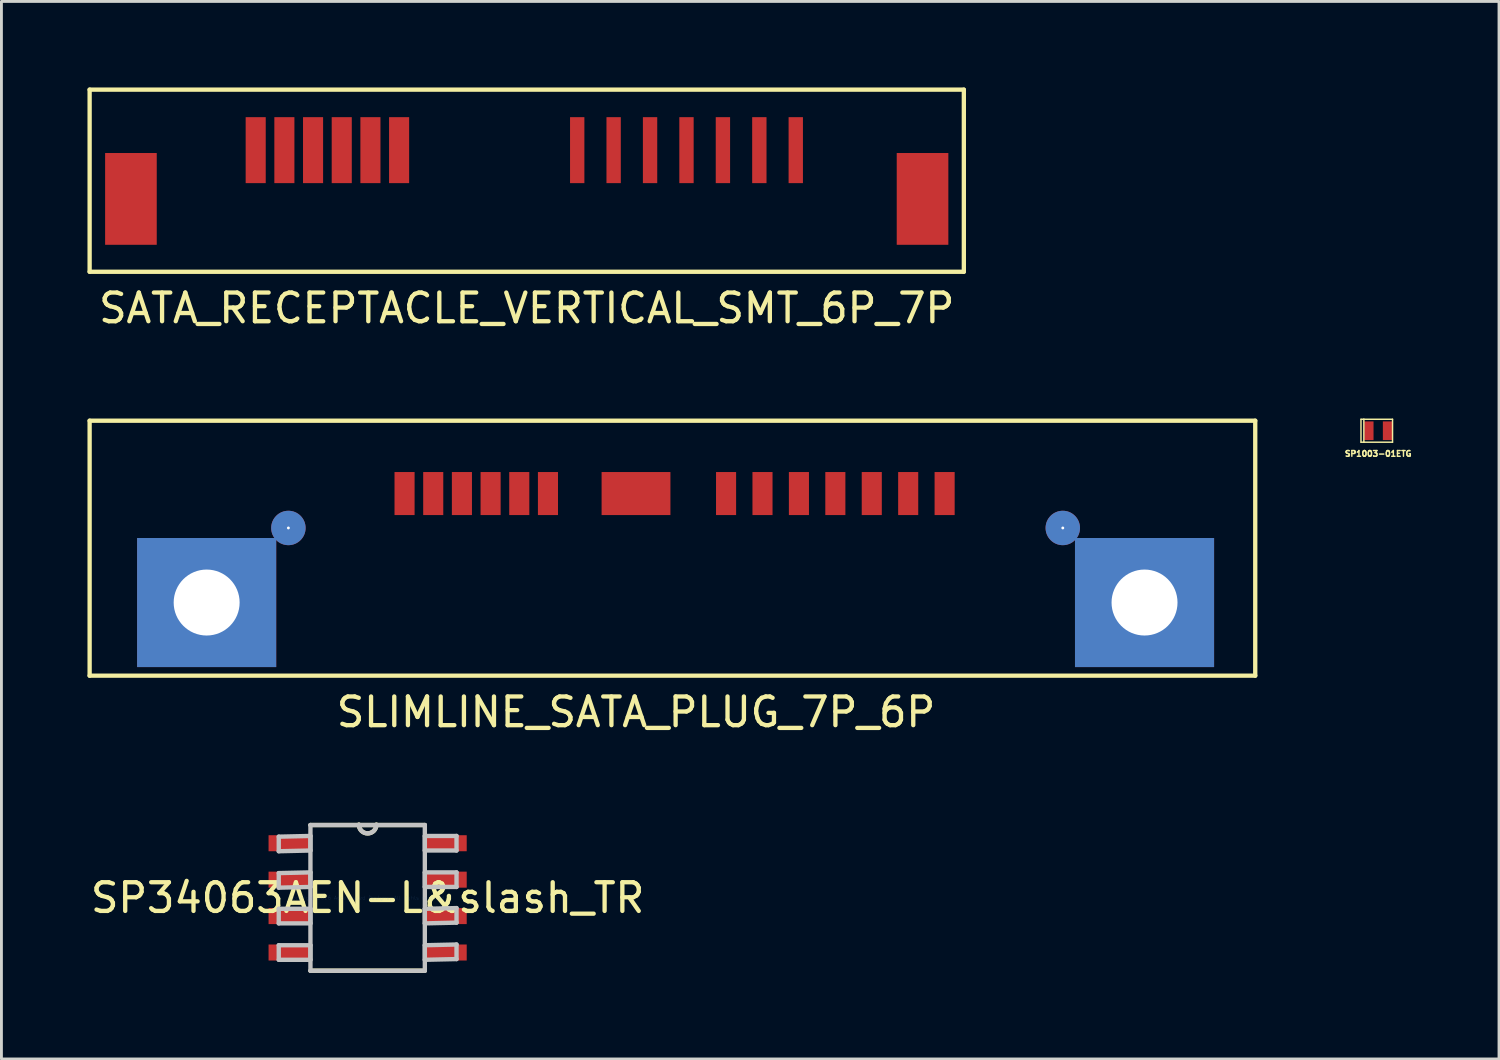
<source format=kicad_pcb>
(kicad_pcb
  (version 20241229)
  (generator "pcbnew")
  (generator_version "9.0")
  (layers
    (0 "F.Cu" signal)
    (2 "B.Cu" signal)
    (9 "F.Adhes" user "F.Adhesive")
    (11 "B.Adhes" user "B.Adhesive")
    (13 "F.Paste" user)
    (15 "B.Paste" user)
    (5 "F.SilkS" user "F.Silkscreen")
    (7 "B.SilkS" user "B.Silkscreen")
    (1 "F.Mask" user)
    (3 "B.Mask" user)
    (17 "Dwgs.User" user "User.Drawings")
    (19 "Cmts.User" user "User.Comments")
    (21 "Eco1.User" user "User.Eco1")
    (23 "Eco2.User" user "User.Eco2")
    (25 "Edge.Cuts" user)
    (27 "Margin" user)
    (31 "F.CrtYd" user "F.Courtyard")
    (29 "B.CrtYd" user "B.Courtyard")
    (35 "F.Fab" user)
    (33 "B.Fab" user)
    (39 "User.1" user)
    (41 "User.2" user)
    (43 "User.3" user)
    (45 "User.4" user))
  (footprint "SP34063AEN-L&slash_TR"
    (layer "F.Cu")
    (at 9.768 28.255)
    (property "Reference" "SP34063AEN-L&slash_TR" (at 0 0 0) (layer "F.SilkS") (effects (font (size 1 1) (thickness 0.15))))
    (attr through_hole)
    (fp_line (start -1.994 2.54) (end 1.994 2.54) (stroke (width 0.152) (type solid)) (layer "F.SilkS"))
    (fp_line (start 1.994 -2.54) (end -1.994 -2.54) (stroke (width 0.152) (type solid)) (layer "F.SilkS"))
    (fp_arc (start 0.3048 -2.5527) (mid 0 -2.2479) (end -0.3048 -2.5527) (stroke (width 0.1524) (type solid)) (layer "F.SilkS"))
    (fp_line (start -3.099 -2.134) (end -3.099 -1.626) (stroke (width 0.152) (type solid)) (layer "Dwgs.User"))
    (fp_line (start -3.099 -1.626) (end -1.994 -1.651) (stroke (width 0.152) (type solid)) (layer "Dwgs.User"))
    (fp_line (start -3.099 -0.864) (end -3.099 -0.356) (stroke (width 0.152) (type solid)) (layer "Dwgs.User"))
    (fp_line (start -3.099 -0.356) (end -1.994 -0.381) (stroke (width 0.152) (type solid)) (layer "Dwgs.User"))
    (fp_line (start -3.099 0.381) (end -3.099 0.889) (stroke (width 0.152) (type solid)) (layer "Dwgs.User"))
    (fp_line (start -3.099 0.889) (end -1.994 0.889) (stroke (width 0.152) (type solid)) (layer "Dwgs.User"))
    (fp_line (start -3.099 1.651) (end -3.099 2.159) (stroke (width 0.152) (type solid)) (layer "Dwgs.User"))
    (fp_line (start -3.099 2.159) (end -1.994 2.159) (stroke (width 0.152) (type solid)) (layer "Dwgs.User"))
    (fp_line (start -1.994 -2.54) (end -1.994 2.54) (stroke (width 0.152) (type solid)) (layer "Dwgs.User"))
    (fp_line (start -1.994 -2.159) (end -3.099 -2.134) (stroke (width 0.152) (type solid)) (layer "Dwgs.User"))
    (fp_line (start -1.994 -1.651) (end -1.994 -2.159) (stroke (width 0.152) (type solid)) (layer "Dwgs.User"))
    (fp_line (start -1.994 -0.889) (end -3.099 -0.864) (stroke (width 0.152) (type solid)) (layer "Dwgs.User"))
    (fp_line (start -1.994 -0.381) (end -1.994 -0.889) (stroke (width 0.152) (type solid)) (layer "Dwgs.User"))
    (fp_line (start -1.994 0.381) (end -3.099 0.381) (stroke (width 0.152) (type solid)) (layer "Dwgs.User"))
    (fp_line (start -1.994 0.889) (end -1.994 0.381) (stroke (width 0.152) (type solid)) (layer "Dwgs.User"))
    (fp_line (start -1.994 1.651) (end -3.099 1.651) (stroke (width 0.152) (type solid)) (layer "Dwgs.User"))
    (fp_line (start -1.994 2.159) (end -1.994 1.651) (stroke (width 0.152) (type solid)) (layer "Dwgs.User"))
    (fp_line (start -1.994 2.54) (end 1.994 2.54) (stroke (width 0.152) (type solid)) (layer "Dwgs.User"))
    (fp_line (start 1.994 -2.54) (end -1.994 -2.54) (stroke (width 0.152) (type solid)) (layer "Dwgs.User"))
    (fp_line (start 1.994 -2.159) (end 1.994 -1.651) (stroke (width 0.152) (type solid)) (layer "Dwgs.User"))
    (fp_line (start 1.994 -1.651) (end 3.099 -1.651) (stroke (width 0.152) (type solid)) (layer "Dwgs.User"))
    (fp_line (start 1.994 -0.889) (end 1.994 -0.381) (stroke (width 0.152) (type solid)) (layer "Dwgs.User"))
    (fp_line (start 1.994 -0.381) (end 3.099 -0.381) (stroke (width 0.152) (type solid)) (layer "Dwgs.User"))
    (fp_line (start 1.994 0.381) (end 1.994 0.889) (stroke (width 0.152) (type solid)) (layer "Dwgs.User"))
    (fp_line (start 1.994 0.889) (end 3.099 0.864) (stroke (width 0.152) (type solid)) (layer "Dwgs.User"))
    (fp_line (start 1.994 1.651) (end 1.994 2.159) (stroke (width 0.152) (type solid)) (layer "Dwgs.User"))
    (fp_line (start 1.994 2.159) (end 3.099 2.134) (stroke (width 0.152) (type solid)) (layer "Dwgs.User"))
    (fp_line (start 1.994 2.54) (end 1.994 -2.54) (stroke (width 0.152) (type solid)) (layer "Dwgs.User"))
    (fp_line (start 3.099 -2.159) (end 1.994 -2.159) (stroke (width 0.152) (type solid)) (layer "Dwgs.User"))
    (fp_line (start 3.099 -1.651) (end 3.099 -2.159) (stroke (width 0.152) (type solid)) (layer "Dwgs.User"))
    (fp_line (start 3.099 -0.889) (end 1.994 -0.889) (stroke (width 0.152) (type solid)) (layer "Dwgs.User"))
    (fp_line (start 3.099 -0.381) (end 3.099 -0.889) (stroke (width 0.152) (type solid)) (layer "Dwgs.User"))
    (fp_line (start 3.099 0.356) (end 1.994 0.381) (stroke (width 0.152) (type solid)) (layer "Dwgs.User"))
    (fp_line (start 3.099 0.864) (end 3.099 0.356) (stroke (width 0.152) (type solid)) (layer "Dwgs.User"))
    (fp_line (start 3.099 1.626) (end 1.994 1.651) (stroke (width 0.152) (type solid)) (layer "Dwgs.User"))
    (fp_line (start 3.099 2.134) (end 3.099 1.626) (stroke (width 0.152) (type solid)) (layer "Dwgs.User"))
    (fp_arc (start 0.3048 -2.5527) (mid 0 -2.2479) (end -0.3048 -2.5527) (stroke (width 0.1524) (type solid)) (layer "Dwgs.User"))
    (fp_text user "Copyright 2016 Accelerated Designs. All rights reserved." (at 0 0 0) (layer "Cmts.User") (effects (font (size 0.127 0.127) (thickness 0.002))))
    (pad "1" smd rect (at -2.705 -1.905) (size 1.499 0.559) (layers "F.Cu"))
    (pad "2" smd rect (at -2.705 -0.635) (size 1.499 0.559) (layers "F.Cu"))
    (pad "3" smd rect (at -2.705 0.635) (size 1.499 0.559) (layers "F.Cu"))
    (pad "4" smd rect (at -2.705 1.905) (size 1.499 0.559) (layers "F.Cu"))
    (pad "5" smd rect (at 2.705 1.905) (size 1.499 0.559) (layers "F.Cu"))
    (pad "6" smd rect (at 2.705 0.635) (size 1.499 0.559) (layers "F.Cu"))
    (pad "7" smd rect (at 2.705 -0.635) (size 1.499 0.559) (layers "F.Cu"))
    (pad "8" smd rect (at 2.705 -1.905) (size 1.499 0.559) (layers "F.Cu")))
  (footprint "SP1003-01ETG"
    (layer "F.Cu")
    (at 45.002 11.968)
    (property "Reference" "SP1003-01ETG" (at 0 0.8 0) (layer "F.SilkS") (effects (font (size 0.2 0.2) (thickness 0.05))))
    (attr through_hole)
    (fp_line (start -0.6 -0.4) (end -0.6 0.4) (stroke (width 0.05) (type solid)) (layer "F.SilkS"))
    (fp_line (start -0.6 0.4) (end -0.5 0.4) (stroke (width 0.05) (type solid)) (layer "F.SilkS"))
    (fp_line (start -0.5 -0.4) (end -0.6 -0.4) (stroke (width 0.05) (type solid)) (layer "F.SilkS"))
    (fp_line (start -0.5 -0.4) (end 0.5 -0.4) (stroke (width 0.05) (type solid)) (layer "F.SilkS"))
    (fp_line (start -0.5 0.4) (end -0.5 -0.4) (stroke (width 0.05) (type solid)) (layer "F.SilkS"))
    (fp_line (start 0.5 -0.4) (end 0.5 0.4) (stroke (width 0.05) (type solid)) (layer "F.SilkS"))
    (fp_line (start 0.5 0.4) (end -0.5 0.4) (stroke (width 0.05) (type solid)) (layer "F.SilkS"))
    (pad "1" smd rect (at -0.325 0) (size 0.325 0.65) (layers "F.Cu" "F.Mask" "F.Paste"))
    (pad "2" smd rect (at 0.325 0) (size 0.325 0.65) (layers "F.Cu" "F.Mask" "F.Paste")))
  (footprint "SATA_RECEPTACLE_VERTICAL_SMT_6P_7P"
    (layer "F.Cu")
    (at 15.315 3.885)
    (property "Reference" "SATA_RECEPTACLE_VERTICAL_SMT_6P_7P" (at 0 3.81 0) (layer "F.SilkS") (effects (font (size 1 1) (thickness 0.15))))
    (attr through_hole)
    (fp_line (start -15.24 -3.81) (end -15.24 2.54) (stroke (width 0.15) (type solid)) (layer "F.SilkS"))
    (fp_line (start -15.24 2.54) (end 15.24 2.54) (stroke (width 0.15) (type solid)) (layer "F.SilkS"))
    (fp_line (start 15.24 -3.81) (end -15.24 -3.81) (stroke (width 0.15) (type solid)) (layer "F.SilkS"))
    (fp_line (start 15.24 2.54) (end 15.24 -3.81) (stroke (width 0.15) (type solid)) (layer "F.SilkS"))
    (pad "1" smd rect (at -9.45 -1.7) (size 0.7 2.3) (layers "F.Cu" "F.Mask" "F.Paste"))
    (pad "2" smd rect (at -8.45 -1.7) (size 0.7 2.3) (layers "F.Cu" "F.Mask" "F.Paste"))
    (pad "3" smd rect (at -7.45 -1.7) (size 0.7 2.3) (layers "F.Cu" "F.Mask" "F.Paste"))
    (pad "4" smd rect (at -6.45 -1.7) (size 0.7 2.3) (layers "F.Cu" "F.Mask" "F.Paste"))
    (pad "5" smd rect (at -5.45 -1.7) (size 0.7 2.3) (layers "F.Cu" "F.Mask" "F.Paste"))
    (pad "6" smd rect (at -4.45 -1.7) (size 0.7 2.3) (layers "F.Cu" "F.Mask" "F.Paste"))
    (pad "7" smd rect (at 1.76 -1.7) (size 0.5 2.3) (layers "F.Cu" "F.Mask" "F.Paste"))
    (pad "8" smd rect (at 3.03 -1.7) (size 0.5 2.3) (layers "F.Cu" "F.Mask" "F.Paste"))
    (pad "9" smd rect (at 4.3 -1.7) (size 0.5 2.3) (layers "F.Cu" "F.Mask" "F.Paste"))
    (pad "10" smd rect (at 5.57 -1.7) (size 0.5 2.3) (layers "F.Cu" "F.Mask" "F.Paste"))
    (pad "11" smd rect (at 6.84 -1.7) (size 0.5 2.3) (layers "F.Cu" "F.Mask" "F.Paste"))
    (pad "12" smd rect (at 8.11 -1.7) (size 0.5 2.3) (layers "F.Cu" "F.Mask" "F.Paste"))
    (pad "13" smd rect (at 9.38 -1.7) (size 0.5 2.3) (layers "F.Cu" "F.Mask" "F.Paste"))
    (pad "14" smd rect (at -13.8 0) (size 1.8 3.2) (layers "F.Cu" "F.Mask" "F.Paste"))
    (pad "14" smd rect (at 13.8 0) (size 1.8 3.2) (layers "F.Cu" "F.Mask" "F.Paste")))
  (footprint "SLIMLINE_SATA_PLUG_7P_6P"
    (layer "F.Cu")
    (at 19.125 14.158)
    (property "Reference" "SLIMLINE_SATA_PLUG_7P_6P" (at 0 7.62 0) (layer "F.SilkS") (effects (font (size 1 1) (thickness 0.15))))
    (attr through_hole)
    (fp_line (start -19.05 -2.54) (end -19.05 6.35) (stroke (width 0.15) (type solid)) (layer "F.SilkS"))
    (fp_line (start -19.05 6.35) (end 21.59 6.35) (stroke (width 0.15) (type solid)) (layer "F.SilkS"))
    (fp_line (start 21.59 -2.54) (end -19.05 -2.54) (stroke (width 0.15) (type solid)) (layer "F.SilkS"))
    (fp_line (start 21.59 6.35) (end 21.59 -2.54) (stroke (width 0.15) (type solid)) (layer "F.SilkS"))
    (pad "" np_thru_hole rect (at -14.97 3.8) (size 4.85 4.5) (drill 2.3) (layers "*.Cu" "*.Mask"))
    (pad "" np_thru_hole circle (at -12.12 1.2) (size 1.2 1.2) (drill 0.1) (layers "*.Cu" "*.Mask"))
    (pad "" np_thru_hole circle (at 14.88 1.2) (size 1.2 1.2) (drill 0.1) (layers "*.Cu" "*.Mask"))
    (pad "" np_thru_hole rect (at 17.73 3.8) (size 4.85 4.5) (drill 2.3) (layers "*.Cu" "*.Mask"))
    (pad "1" smd rect (at -8.07 0) (size 0.7 1.5) (layers "F.Cu" "F.Mask" "F.Paste"))
    (pad "2" smd rect (at -7.07 0) (size 0.7 1.5) (layers "F.Cu" "F.Mask" "F.Paste"))
    (pad "3" smd rect (at -6.07 0) (size 0.7 1.5) (layers "F.Cu" "F.Mask" "F.Paste"))
    (pad "4" smd rect (at -5.07 0) (size 0.7 1.5) (layers "F.Cu" "F.Mask" "F.Paste"))
    (pad "5" smd rect (at -4.07 0) (size 0.7 1.5) (layers "F.Cu" "F.Mask" "F.Paste"))
    (pad "6" smd rect (at -3.07 0) (size 0.7 1.5) (layers "F.Cu" "F.Mask" "F.Paste"))
    (pad "7" smd rect (at 3.14 0) (size 0.7 1.5) (layers "F.Cu" "F.Mask" "F.Paste"))
    (pad "8" smd rect (at 4.41 0) (size 0.7 1.5) (layers "F.Cu" "F.Mask" "F.Paste"))
    (pad "9" smd rect (at 5.68 0) (size 0.7 1.5) (layers "F.Cu" "F.Mask" "F.Paste"))
    (pad "10" smd rect (at 6.95 0) (size 0.7 1.5) (layers "F.Cu" "F.Mask" "F.Paste"))
    (pad "11" smd rect (at 8.22 0) (size 0.7 1.5) (layers "F.Cu" "F.Mask" "F.Paste"))
    (pad "12" smd rect (at 9.49 0) (size 0.7 1.5) (layers "F.Cu" "F.Mask" "F.Paste"))
    (pad "13" smd rect (at 10.76 0) (size 0.7 1.5) (layers "F.Cu" "F.Mask" "F.Paste"))
    (pad "14" smd rect (at 0 0) (size 2.4 1.5) (layers "F.Cu" "F.Mask" "F.Paste")))
  (gr_rect
    (start -3 -3)
    (end 49.214 33.872)
    (stroke (width 0.1) (type default))
    (fill no)
    (layer "Edge.Cuts")))
</source>
